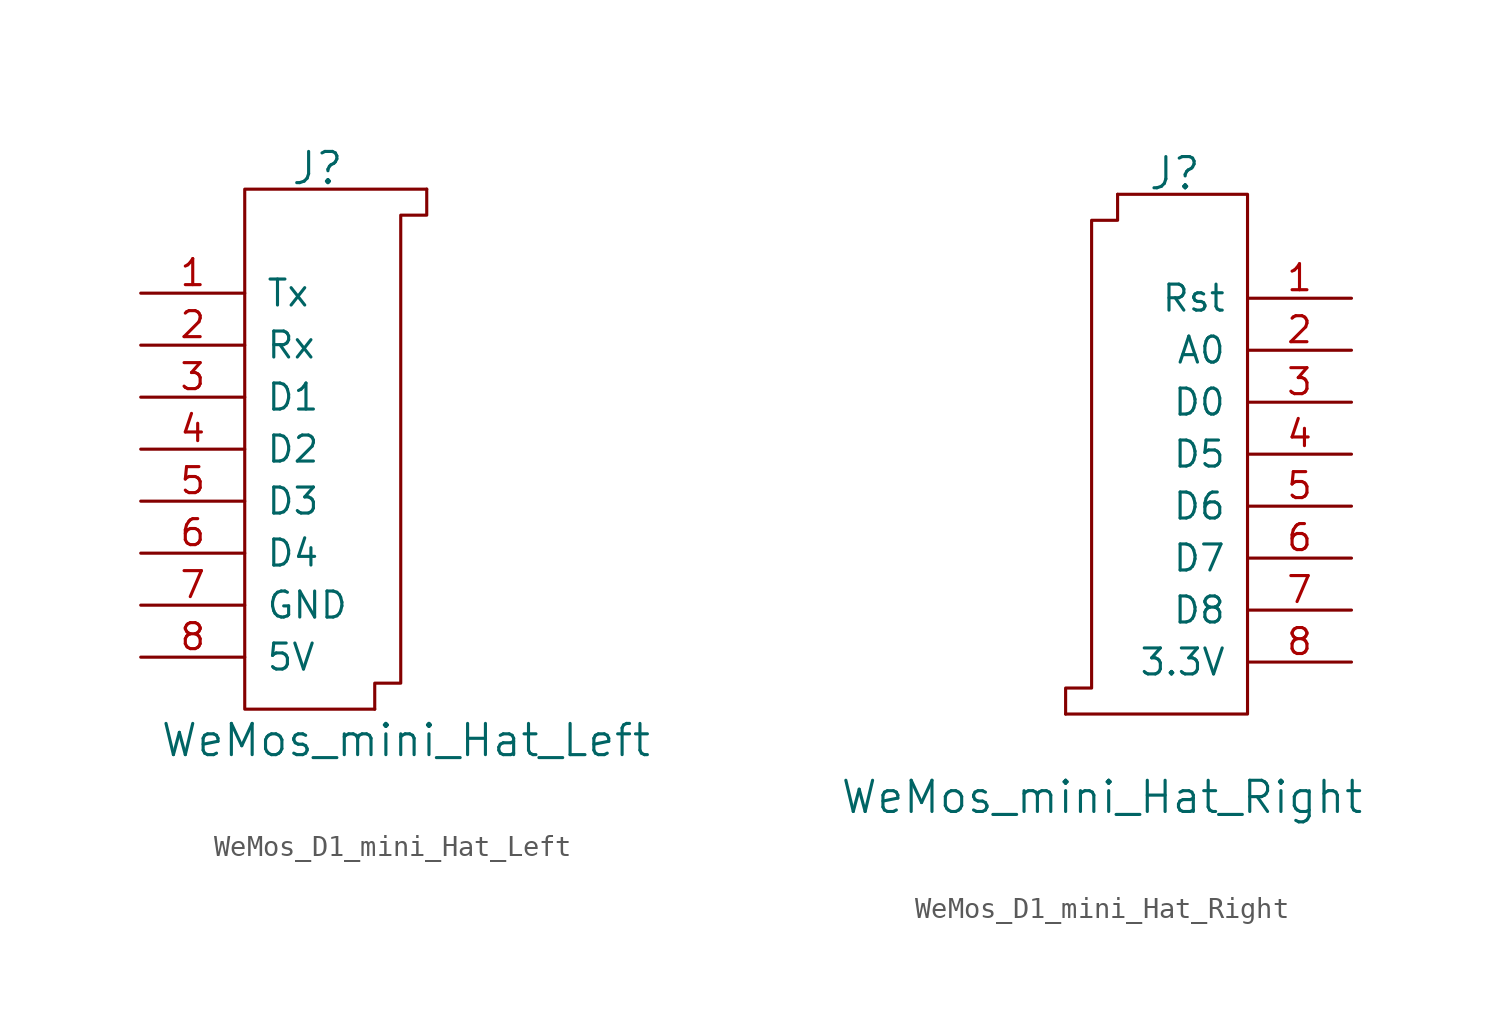
<source format=kicad_sym>
(kicad_symbol_lib
  (version 20241209)
  (generator "kicad_symbol_editor")
  (generator_version "9.0")
  (symbol "WeMos_D1_mini_Hat_Left"
    (pin_names
      (offset 1.016))
    (property "Reference" "J"
      (at -0.254 13.716 0)
      (do_not_autoplace)
      (effects (font (size 1.524 1.524))))
    (property "Value" "WeMos_mini_Hat_Left"
      (at 4.064 -14.224 0)
      (do_not_autoplace)
      (effects (font (size 1.524 1.524))))
    (symbol "WeMos_D1_mini_Hat_Left_0_1"
      (polyline (pts (xy 2.54 -12.7) (xy -3.81 -12.7) (xy -3.81 12.7) (xy 5.08 12.7)) (stroke (width 0) (type default)) (fill (type none)))
      (polyline (pts (xy 2.54 -12.7) (xy 2.54 -11.43) (xy 3.81 -11.43) (xy 3.81 11.43) (xy 5.08 11.43) (xy 5.08 12.7)) (stroke (width 0) (type default)) (fill (type none))))
    (symbol "WeMos_D1_mini_Hat_Left_1_1"
      (pin bidirectional line (at -8.89 7.62 0) (length 5.08) (name "Tx" (effects (font (size 1.27 1.27)))) (number "1" (effects (font (size 1.27 1.27)))))
      (pin bidirectional line (at -8.89 5.08 0) (length 5.08) (name "Rx" (effects (font (size 1.27 1.27)))) (number "2" (effects (font (size 1.27 1.27)))))
      (pin bidirectional line (at -8.89 2.54 0) (length 5.08) (name "D1" (effects (font (size 1.27 1.27)))) (number "3" (effects (font (size 1.27 1.27)))))
      (pin bidirectional line (at -8.89 0 0) (length 5.08) (name "D2" (effects (font (size 1.27 1.27)))) (number "4" (effects (font (size 1.27 1.27)))))
      (pin bidirectional line (at -8.89 -2.54 0) (length 5.08) (name "D3" (effects (font (size 1.27 1.27)))) (number "5" (effects (font (size 1.27 1.27)))))
      (pin bidirectional line (at -8.89 -5.08 0) (length 5.08) (name "D4" (effects (font (size 1.27 1.27)))) (number "6" (effects (font (size 1.27 1.27)))))
      (pin power_in line (at -8.89 -7.62 0) (length 5.08) (name "GND" (effects (font (size 1.27 1.27)))) (number "7" (effects (font (size 1.27 1.27)))))
      (pin power_in line (at -8.89 -10.16 0) (length 5.08) (name "5V" (effects (font (size 1.27 1.27)))) (number "8" (effects (font (size 1.27 1.27)))))))
  (symbol "WeMos_D1_mini_Hat_Right"
    (pin_names
      (offset 1.016))
    (property "Reference" "J"
      (at 0.254 13.716 0)
      (do_not_autoplace)
      (effects (font (size 1.524 1.524))))
    (property "Value" "WeMos_mini_Hat_Right"
      (at -3.302 -16.764 0)
      (do_not_autoplace)
      (effects (font (size 1.524 1.524))))
    (symbol "WeMos_D1_mini_Hat_Right_0_1"
      (polyline (pts (xy -5.08 -12.7) (xy 3.81 -12.7) (xy 3.81 12.7) (xy -2.54 12.7)) (stroke (width 0) (type default)) (fill (type none)))
      (polyline (pts (xy -5.08 -12.7) (xy -5.08 -11.43) (xy -3.81 -11.43) (xy -3.81 11.43) (xy -2.54 11.43) (xy -2.54 12.7)) (stroke (width 0) (type default)) (fill (type none))))
    (symbol "WeMos_D1_mini_Hat_Right_1_1"
      (pin bidirectional line (at 8.89 7.62 180) (length 5.08) (name "Rst" (effects (font (size 1.27 1.27)))) (number "1" (effects (font (size 1.27 1.27)))))
      (pin bidirectional line (at 8.89 5.08 180) (length 5.08) (name "A0" (effects (font (size 1.27 1.27)))) (number "2" (effects (font (size 1.27 1.27)))))
      (pin bidirectional line (at 8.89 2.54 180) (length 5.08) (name "D0" (effects (font (size 1.27 1.27)))) (number "3" (effects (font (size 1.27 1.27)))))
      (pin bidirectional line (at 8.89 0 180) (length 5.08) (name "D5" (effects (font (size 1.27 1.27)))) (number "4" (effects (font (size 1.27 1.27)))))
      (pin bidirectional line (at 8.89 -2.54 180) (length 5.08) (name "D6" (effects (font (size 1.27 1.27)))) (number "5" (effects (font (size 1.27 1.27)))))
      (pin bidirectional line (at 8.89 -5.08 180) (length 5.08) (name "D7" (effects (font (size 1.27 1.27)))) (number "6" (effects (font (size 1.27 1.27)))))
      (pin bidirectional line (at 8.89 -7.62 180) (length 5.08) (name "D8" (effects (font (size 1.27 1.27)))) (number "7" (effects (font (size 1.27 1.27)))))
      (pin power_in line (at 8.89 -10.16 180) (length 5.08) (name "3.3V" (effects (font (size 1.27 1.27)))) (number "8" (effects (font (size 1.27 1.27))))))))
</source>
